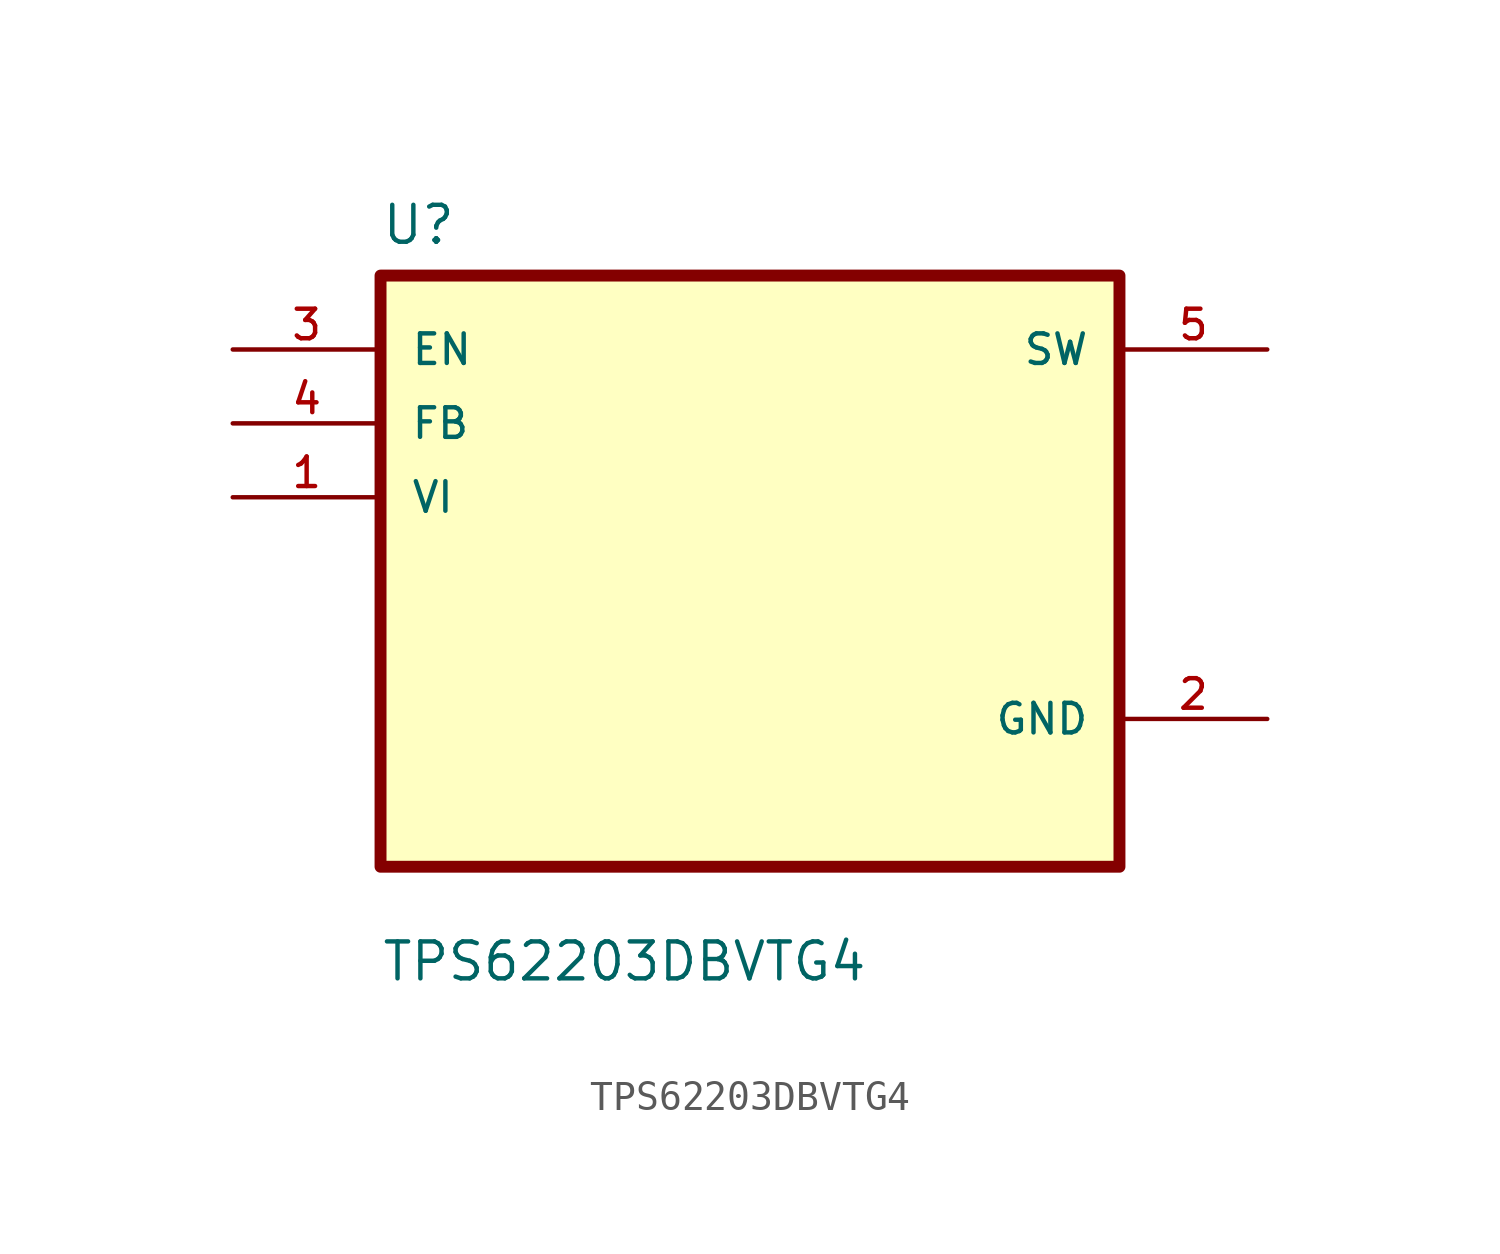
<source format=kicad_sym>
(kicad_symbol_lib
  (version 20211014)
  (generator kicad_symbol_editor)
  (symbol "TPS62203DBVTG4"
    (pin_names
      (offset 1.016))
    (property "Reference" "U"
      (at -12.7 11.16 0.0)
      (effects (font (size 1.27 1.27)) (justify bottom left)))
    (property "Value" "TPS62203DBVTG4"
      (at -12.7 -14.16 0.0)
      (effects (font (size 1.27 1.27)) (justify bottom left)))
    (symbol "TPS62203DBVTG4_0_0"
      (rectangle (start -12.7 -10.16) (end 12.7 10.16) (stroke (width 0.41)) (fill (type background)))
      (pin input line (at -17.78 7.62 0) (length 5.08) (name "EN" (effects (font (size 1.016 1.016)))) (number "3" (effects (font (size 1.016 1.016)))))
      (pin input line (at -17.78 5.08 0) (length 5.08) (name "FB" (effects (font (size 1.016 1.016)))) (number "4" (effects (font (size 1.016 1.016)))))
      (pin input line (at -17.78 2.54 0) (length 5.08) (name "VI" (effects (font (size 1.016 1.016)))) (number "1" (effects (font (size 1.016 1.016)))))
      (pin output line (at 17.78 7.62 180.0) (length 5.08) (name "SW" (effects (font (size 1.016 1.016)))) (number "5" (effects (font (size 1.016 1.016)))))
      (pin power_in line (at 17.78 -5.08 180.0) (length 5.08) (name "GND" (effects (font (size 1.016 1.016)))) (number "2" (effects (font (size 1.016 1.016))))))))
</source>
